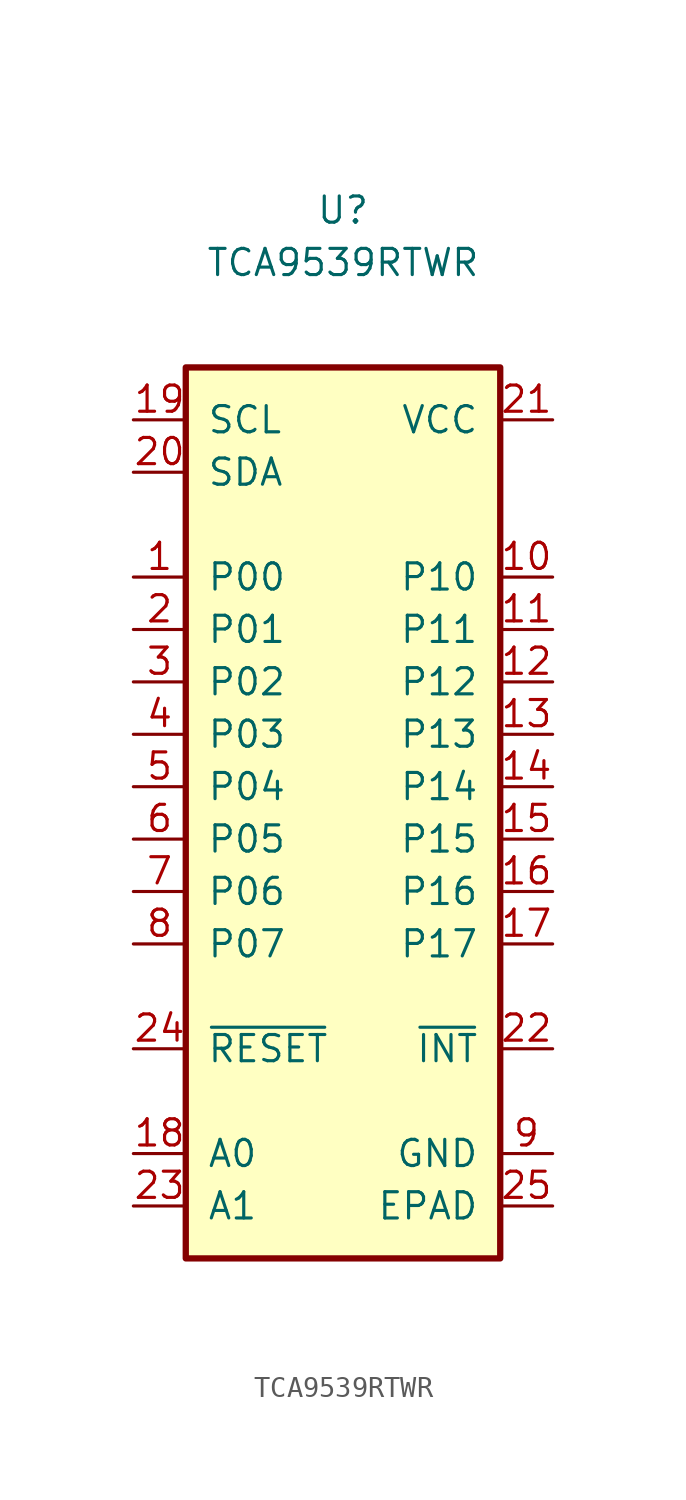
<source format=kicad_sym>
(kicad_symbol_lib
  (version 20211014)
  (generator kicad_symbol_editor)
  (symbol "TCA9539RTWR"
    (pin_names
      (offset 1.016))
    (property "Reference" "U"
      (at 0 27.94 0)
      (effects (font (size 1.27 1.27))))
    (property "Value" "TCA9539RTWR"
      (at 0 25.4 0)
      (effects (font (size 1.27 1.27))))
    (symbol "TCA9539RTWR_0_1"
      (rectangle (start -7.62 20.32) (end 7.62 -22.86) (stroke (width 0.305) (type default) (color 0 0 0 0)) (fill (type background))))
    (symbol "TCA9539RTWR_1_1"
      (pin bidirectional line (at -10.16 10.16 0) (length 2.54) (name "P00" (effects (font (size 1.27 1.27)))) (number "1" (effects (font (size 1.27 1.27)))))
      (pin bidirectional line (at 10.16 10.16 180) (length 2.54) (name "P10" (effects (font (size 1.27 1.27)))) (number "10" (effects (font (size 1.27 1.27)))))
      (pin bidirectional line (at 10.16 7.62 180) (length 2.54) (name "P11" (effects (font (size 1.27 1.27)))) (number "11" (effects (font (size 1.27 1.27)))))
      (pin bidirectional line (at 10.16 5.08 180) (length 2.54) (name "P12" (effects (font (size 1.27 1.27)))) (number "12" (effects (font (size 1.27 1.27)))))
      (pin bidirectional line (at 10.16 2.54 180) (length 2.54) (name "P13" (effects (font (size 1.27 1.27)))) (number "13" (effects (font (size 1.27 1.27)))))
      (pin bidirectional line (at 10.16 0 180) (length 2.54) (name "P14" (effects (font (size 1.27 1.27)))) (number "14" (effects (font (size 1.27 1.27)))))
      (pin bidirectional line (at 10.16 -2.54 180) (length 2.54) (name "P15" (effects (font (size 1.27 1.27)))) (number "15" (effects (font (size 1.27 1.27)))))
      (pin bidirectional line (at 10.16 -5.08 180) (length 2.54) (name "P16" (effects (font (size 1.27 1.27)))) (number "16" (effects (font (size 1.27 1.27)))))
      (pin bidirectional line (at 10.16 -7.62 180) (length 2.54) (name "P17" (effects (font (size 1.27 1.27)))) (number "17" (effects (font (size 1.27 1.27)))))
      (pin input line (at -10.16 -17.78 0) (length 2.54) (name "A0" (effects (font (size 1.27 1.27)))) (number "18" (effects (font (size 1.27 1.27)))))
      (pin input line (at -10.16 17.78 0) (length 2.54) (name "SCL" (effects (font (size 1.27 1.27)))) (number "19" (effects (font (size 1.27 1.27)))))
      (pin bidirectional line (at -10.16 7.62 0) (length 2.54) (name "P01" (effects (font (size 1.27 1.27)))) (number "2" (effects (font (size 1.27 1.27)))))
      (pin bidirectional line (at -10.16 15.24 0) (length 2.54) (name "SDA" (effects (font (size 1.27 1.27)))) (number "20" (effects (font (size 1.27 1.27)))))
      (pin power_in line (at 10.16 17.78 180) (length 2.54) (name "VCC" (effects (font (size 1.27 1.27)))) (number "21" (effects (font (size 1.27 1.27)))))
      (pin output line (at 10.16 -12.7 180) (length 2.54) (name "~{INT}" (effects (font (size 1.27 1.27)))) (number "22" (effects (font (size 1.27 1.27)))))
      (pin input line (at -10.16 -20.32 0) (length 2.54) (name "A1" (effects (font (size 1.27 1.27)))) (number "23" (effects (font (size 1.27 1.27)))))
      (pin input line (at -10.16 -12.7 0) (length 2.54) (name "~{RESET}" (effects (font (size 1.27 1.27)))) (number "24" (effects (font (size 1.27 1.27)))))
      (pin power_in line (at 10.16 -20.32 180) (length 2.54) (name "EPAD" (effects (font (size 1.27 1.27)))) (number "25" (effects (font (size 1.27 1.27)))))
      (pin bidirectional line (at -10.16 5.08 0) (length 2.54) (name "P02" (effects (font (size 1.27 1.27)))) (number "3" (effects (font (size 1.27 1.27)))))
      (pin bidirectional line (at -10.16 2.54 0) (length 2.54) (name "P03" (effects (font (size 1.27 1.27)))) (number "4" (effects (font (size 1.27 1.27)))))
      (pin bidirectional line (at -10.16 0 0) (length 2.54) (name "P04" (effects (font (size 1.27 1.27)))) (number "5" (effects (font (size 1.27 1.27)))))
      (pin bidirectional line (at -10.16 -2.54 0) (length 2.54) (name "P05" (effects (font (size 1.27 1.27)))) (number "6" (effects (font (size 1.27 1.27)))))
      (pin bidirectional line (at -10.16 -5.08 0) (length 2.54) (name "P06" (effects (font (size 1.27 1.27)))) (number "7" (effects (font (size 1.27 1.27)))))
      (pin bidirectional line (at -10.16 -7.62 0) (length 2.54) (name "P07" (effects (font (size 1.27 1.27)))) (number "8" (effects (font (size 1.27 1.27)))))
      (pin power_in line (at 10.16 -17.78 180) (length 2.54) (name "GND" (effects (font (size 1.27 1.27)))) (number "9" (effects (font (size 1.27 1.27))))))))
</source>
